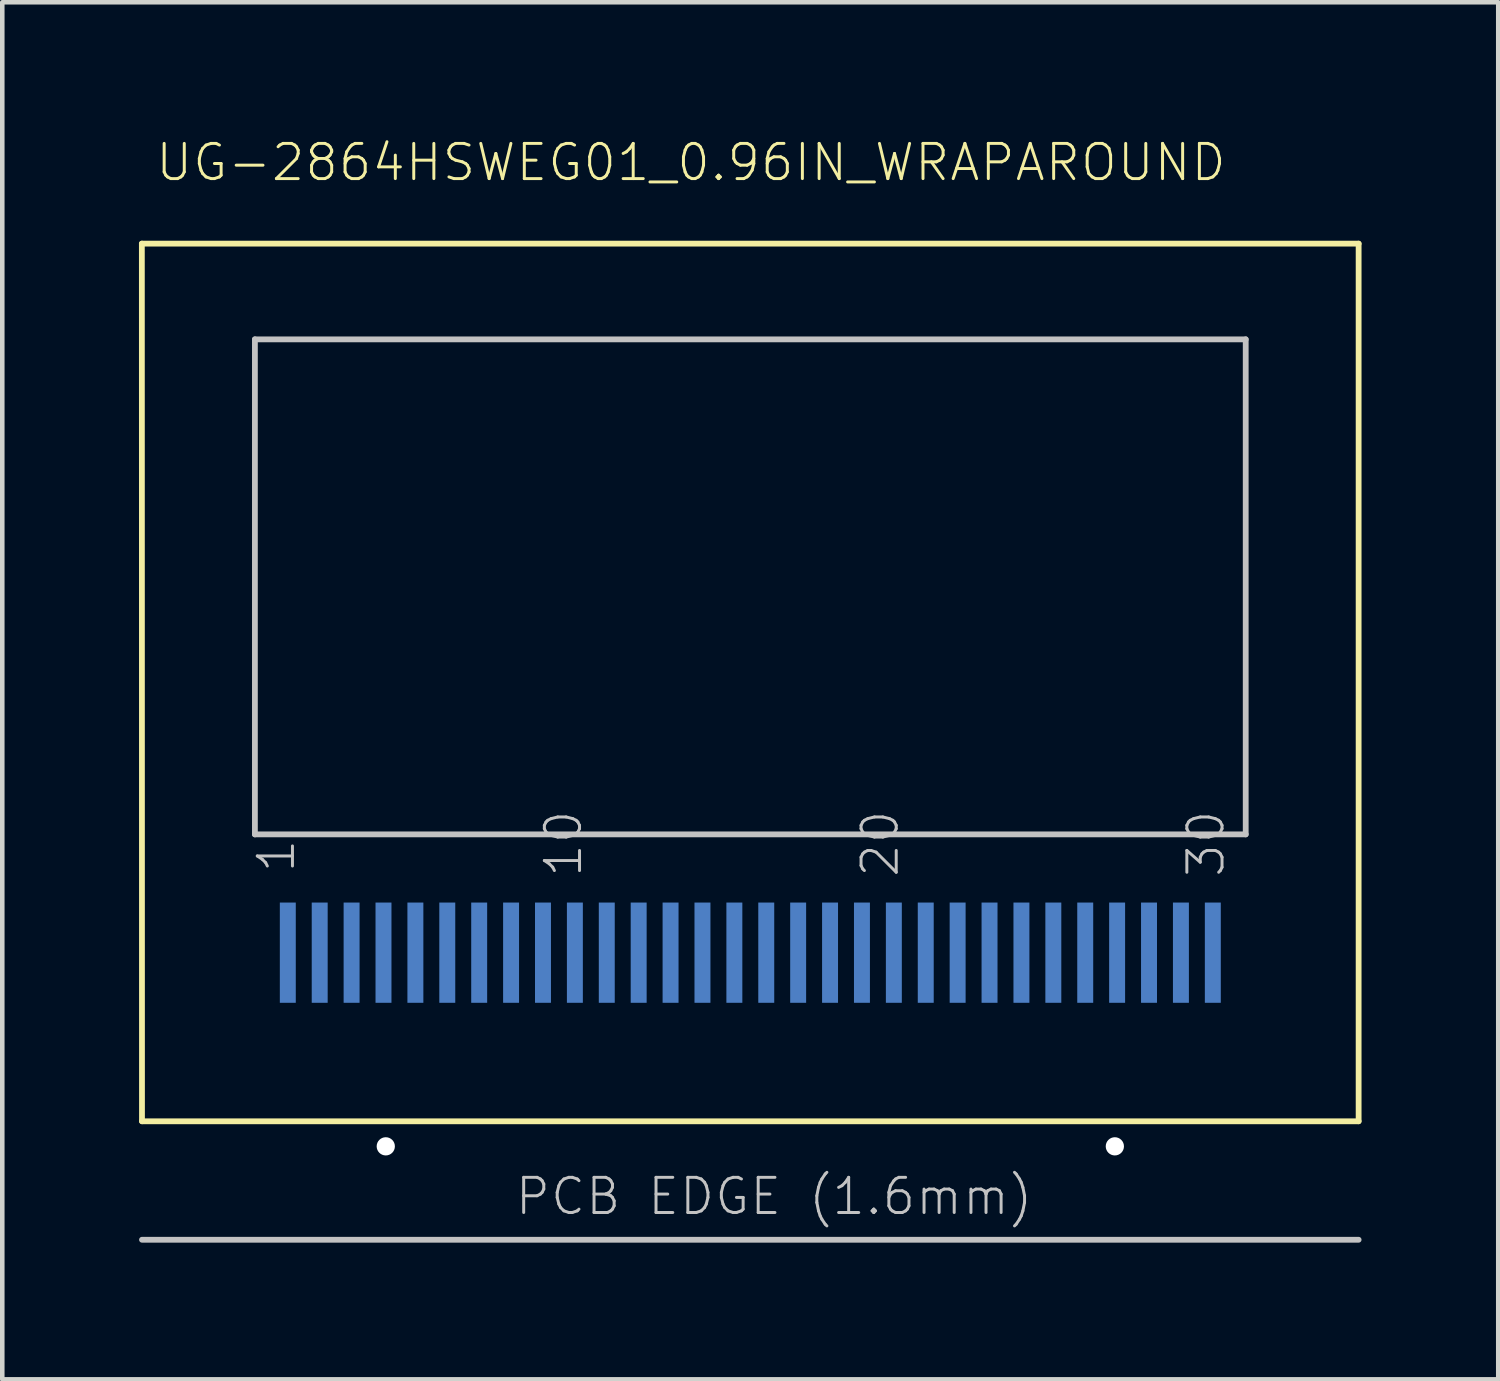
<source format=kicad_pcb>
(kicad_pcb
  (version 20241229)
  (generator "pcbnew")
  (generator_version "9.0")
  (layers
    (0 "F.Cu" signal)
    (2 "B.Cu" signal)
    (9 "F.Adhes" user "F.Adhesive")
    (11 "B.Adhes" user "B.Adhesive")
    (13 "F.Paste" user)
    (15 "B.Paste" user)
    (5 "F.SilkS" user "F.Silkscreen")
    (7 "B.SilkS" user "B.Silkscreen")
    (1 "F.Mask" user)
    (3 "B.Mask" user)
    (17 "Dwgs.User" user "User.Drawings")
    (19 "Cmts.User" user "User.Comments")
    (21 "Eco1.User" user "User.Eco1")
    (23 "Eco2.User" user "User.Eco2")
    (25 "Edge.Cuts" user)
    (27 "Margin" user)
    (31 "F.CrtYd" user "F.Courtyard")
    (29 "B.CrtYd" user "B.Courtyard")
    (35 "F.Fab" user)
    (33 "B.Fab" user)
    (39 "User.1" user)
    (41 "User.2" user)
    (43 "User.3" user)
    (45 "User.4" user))
  (footprint "UG-2864HSWEG01_0.96IN_WRAPAROUND"
    (layer "F.Cu")
    (at 13.416 16.657)
    (property "Reference" "UG-2864HSWEG01_0.96IN_WRAPAROUND" (at -13.09 -15.69 0) (layer "F.SilkS") (effects (font (size 0.772 0.772) (thickness 0.065)) (justify left bottom)))
    (attr through_hole)
    (fp_line (start -13.353 -14.36) (end 13.35 -14.36) (stroke (width 0.127) (type solid)) (layer "F.SilkS"))
    (fp_line (start -13.35 4.9) (end -13.353 -14.36) (stroke (width 0.127) (type solid)) (layer "F.SilkS"))
    (fp_line (start 13.35 -14.36) (end 13.35 4.9) (stroke (width 0.127) (type solid)) (layer "F.SilkS"))
    (fp_line (start 13.35 4.9) (end -13.35 4.9) (stroke (width 0.127) (type solid)) (layer "F.SilkS"))
    (fp_line (start -10.872 -12.26) (end 10.872 -12.26) (stroke (width 0.127) (type solid)) (layer "Dwgs.User"))
    (fp_line (start -10.872 -1.396) (end -10.872 -12.26) (stroke (width 0.127) (type solid)) (layer "Dwgs.User"))
    (fp_line (start 10.872 -12.26) (end 10.872 -1.396) (stroke (width 0.127) (type solid)) (layer "Dwgs.User"))
    (fp_line (start 10.872 -1.396) (end -10.872 -1.396) (stroke (width 0.127) (type solid)) (layer "Dwgs.User"))
    (fp_line (start 13.35 7.5) (end -13.35 7.5) (stroke (width 0.127) (type solid)) (layer "Dwgs.User"))
    (fp_text user "1" (at -9.95 -0.512 90) (layer "Dwgs.User") (effects (font (size 0.772 0.772) (thickness 0.065)) (justify left bottom)))
    (fp_text user "PCB EDGE (1.6mm)" (at -5.2 7 0) (layer "Dwgs.User") (effects (font (size 0.772 0.772) (thickness 0.065)) (justify left bottom)))
    (fp_text user "20" (at 3.3 -0.412 90) (layer "Dwgs.User") (effects (font (size 0.772 0.772) (thickness 0.065)) (justify left bottom)))
    (fp_text user "30" (at 10.45 -0.412 90) (layer "Dwgs.User") (effects (font (size 0.772 0.772) (thickness 0.065)) (justify left bottom)))
    (fp_text user "10" (at -3.65 -0.412 90) (layer "Dwgs.User") (effects (font (size 0.772 0.772) (thickness 0.065)) (justify left bottom)))
    (pad "" np_thru_hole circle (at -8 5.45) (size 0.4 0.4) (drill 0.4) (layers "*.Cu"))
    (pad "" np_thru_hole circle (at 8 5.45) (size 0.4 0.4) (drill 0.4) (layers "*.Cu"))
    (pad "1" smd rect (at -10.15 1.2 90) (size 2.2 0.35) (layers "B.Cu" "B.Mask" "B.Paste"))
    (pad "2" smd rect (at -9.45 1.2 90) (size 2.2 0.35) (layers "B.Cu" "B.Mask" "B.Paste"))
    (pad "3" smd rect (at -8.75 1.2 90) (size 2.2 0.35) (layers "B.Cu" "B.Mask" "B.Paste"))
    (pad "4" smd rect (at -8.05 1.2 90) (size 2.2 0.35) (layers "B.Cu" "B.Mask" "B.Paste"))
    (pad "5" smd rect (at -7.35 1.2 90) (size 2.2 0.35) (layers "B.Cu" "B.Mask" "B.Paste"))
    (pad "6" smd rect (at -6.65 1.2 90) (size 2.2 0.35) (layers "B.Cu" "B.Mask" "B.Paste"))
    (pad "7" smd rect (at -5.95 1.2 90) (size 2.2 0.35) (layers "B.Cu" "B.Mask" "B.Paste"))
    (pad "8" smd rect (at -5.25 1.2 90) (size 2.2 0.35) (layers "B.Cu" "B.Mask" "B.Paste"))
    (pad "9" smd rect (at -4.55 1.2 90) (size 2.2 0.35) (layers "B.Cu" "B.Mask" "B.Paste"))
    (pad "10" smd rect (at -3.85 1.2 90) (size 2.2 0.35) (layers "B.Cu" "B.Mask" "B.Paste"))
    (pad "11" smd rect (at -3.15 1.2 90) (size 2.2 0.35) (layers "B.Cu" "B.Mask" "B.Paste"))
    (pad "12" smd rect (at -2.45 1.2 90) (size 2.2 0.35) (layers "B.Cu" "B.Mask" "B.Paste"))
    (pad "13" smd rect (at -1.75 1.2 90) (size 2.2 0.35) (layers "B.Cu" "B.Mask" "B.Paste"))
    (pad "14" smd rect (at -1.05 1.2 90) (size 2.2 0.35) (layers "B.Cu" "B.Mask" "B.Paste"))
    (pad "15" smd rect (at -0.35 1.2 90) (size 2.2 0.35) (layers "B.Cu" "B.Mask" "B.Paste"))
    (pad "16" smd rect (at 0.35 1.2 90) (size 2.2 0.35) (layers "B.Cu" "B.Mask" "B.Paste"))
    (pad "17" smd rect (at 1.05 1.2 90) (size 2.2 0.35) (layers "B.Cu" "B.Mask" "B.Paste"))
    (pad "18" smd rect (at 1.75 1.2 90) (size 2.2 0.35) (layers "B.Cu" "B.Mask" "B.Paste"))
    (pad "19" smd rect (at 2.45 1.2 90) (size 2.2 0.35) (layers "B.Cu" "B.Mask" "B.Paste"))
    (pad "20" smd rect (at 3.15 1.2 90) (size 2.2 0.35) (layers "B.Cu" "B.Mask" "B.Paste"))
    (pad "21" smd rect (at 3.85 1.2 90) (size 2.2 0.35) (layers "B.Cu" "B.Mask" "B.Paste"))
    (pad "22" smd rect (at 4.55 1.2 90) (size 2.2 0.35) (layers "B.Cu" "B.Mask" "B.Paste"))
    (pad "23" smd rect (at 5.25 1.2 90) (size 2.2 0.35) (layers "B.Cu" "B.Mask" "B.Paste"))
    (pad "24" smd rect (at 5.95 1.2 90) (size 2.2 0.35) (layers "B.Cu" "B.Mask" "B.Paste"))
    (pad "25" smd rect (at 6.65 1.2 90) (size 2.2 0.35) (layers "B.Cu" "B.Mask" "B.Paste"))
    (pad "26" smd rect (at 7.35 1.2 90) (size 2.2 0.35) (layers "B.Cu" "B.Mask" "B.Paste"))
    (pad "27" smd rect (at 8.05 1.2 90) (size 2.2 0.35) (layers "B.Cu" "B.Mask" "B.Paste"))
    (pad "28" smd rect (at 8.75 1.2 90) (size 2.2 0.35) (layers "B.Cu" "B.Mask" "B.Paste"))
    (pad "29" smd rect (at 9.45 1.2 90) (size 2.2 0.35) (layers "B.Cu" "B.Mask" "B.Paste"))
    (pad "30" smd rect (at 10.15 1.2 90) (size 2.2 0.35) (layers "B.Cu" "B.Mask" "B.Paste")))
  (gr_rect
    (start -3 -3)
    (end 29.83 27.221)
    (stroke (width 0.1) (type default))
    (fill no)
    (layer "Edge.Cuts")))
</source>
